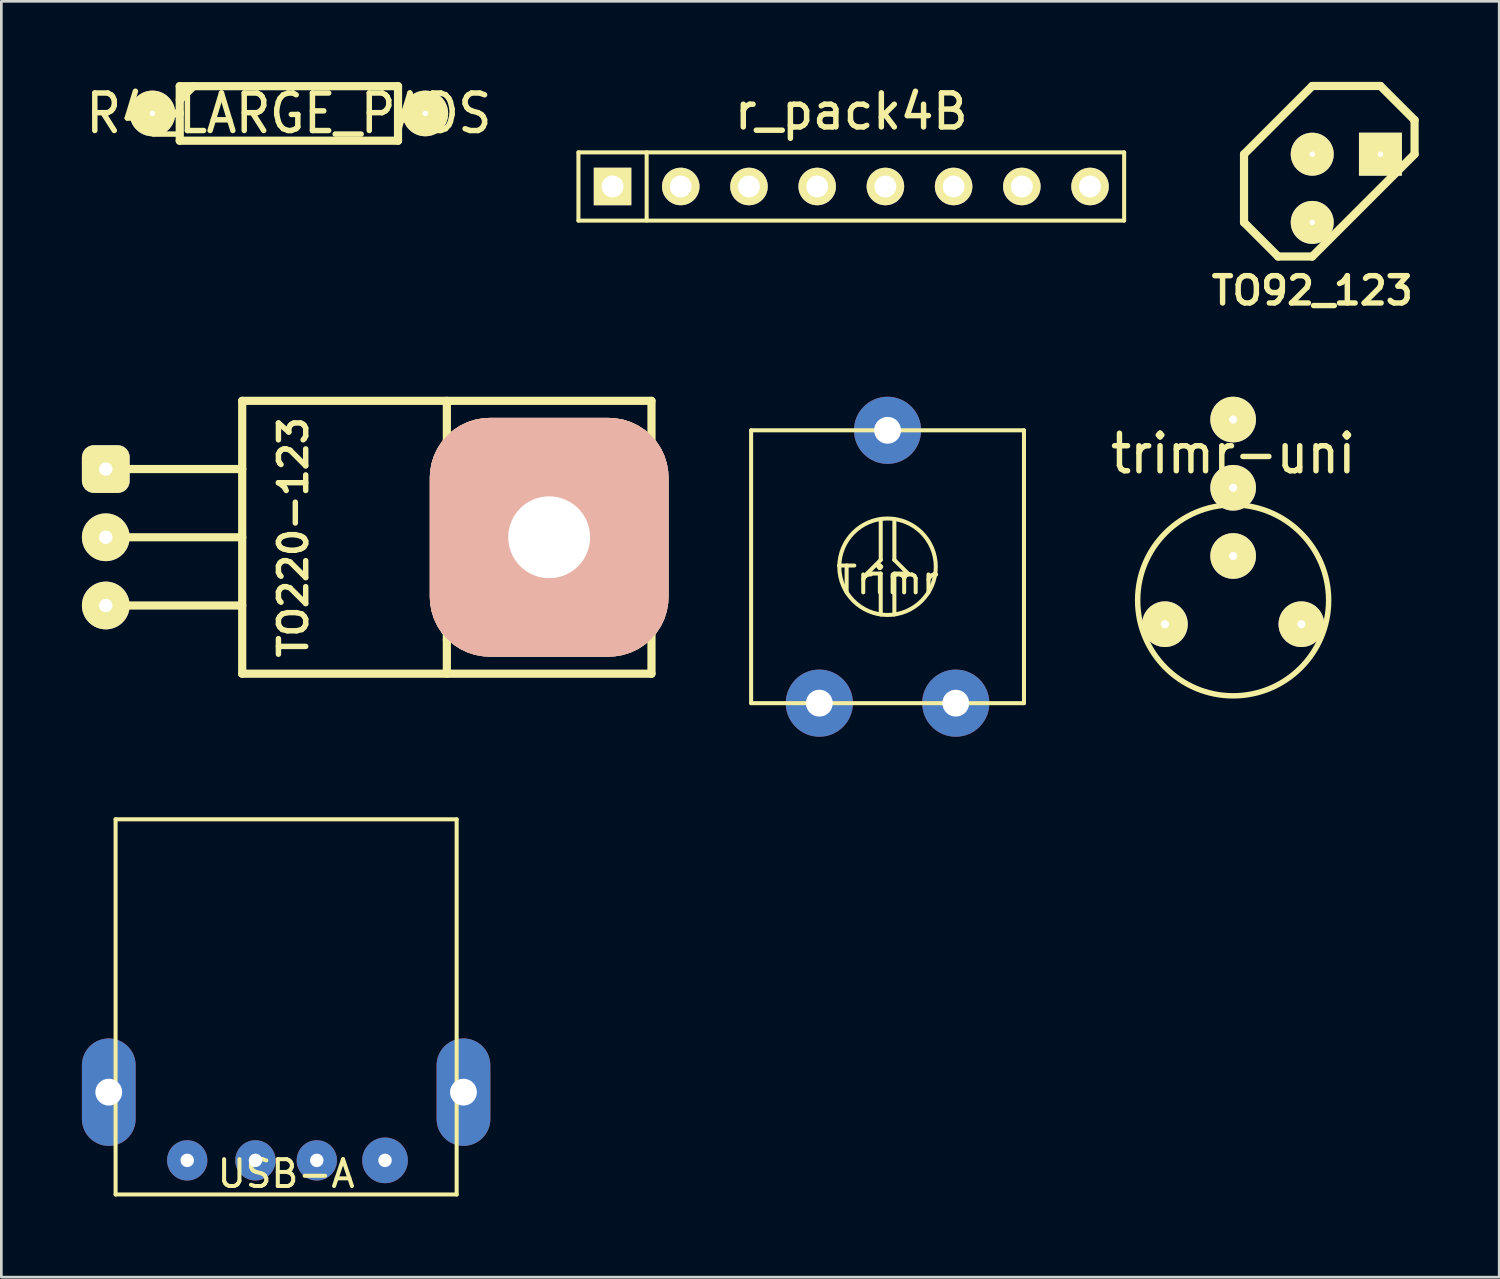
<source format=kicad_pcb>
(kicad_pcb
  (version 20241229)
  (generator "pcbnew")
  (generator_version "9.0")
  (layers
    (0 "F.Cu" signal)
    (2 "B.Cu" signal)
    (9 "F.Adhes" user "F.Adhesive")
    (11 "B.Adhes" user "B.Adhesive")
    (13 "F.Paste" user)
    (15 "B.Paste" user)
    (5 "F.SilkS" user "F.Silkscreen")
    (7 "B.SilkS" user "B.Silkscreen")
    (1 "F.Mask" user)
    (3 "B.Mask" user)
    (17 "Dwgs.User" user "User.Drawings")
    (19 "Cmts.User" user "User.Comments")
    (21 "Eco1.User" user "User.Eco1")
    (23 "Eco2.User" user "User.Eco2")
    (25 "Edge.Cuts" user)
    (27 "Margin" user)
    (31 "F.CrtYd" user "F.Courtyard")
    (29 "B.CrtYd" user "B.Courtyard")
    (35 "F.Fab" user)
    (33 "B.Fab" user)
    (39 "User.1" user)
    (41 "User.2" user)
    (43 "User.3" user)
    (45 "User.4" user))
  (footprint "trimr-uni"
    (layer "F.Cu")
    (at 42.868 18.923)
    (property "Reference" "trimr-uni" (at 0 -5.08 0) (layer "F.SilkS") (effects (font (size 1.397 1.27) (thickness 0.203))))
    (attr through_hole)
    (fp_circle (center 0 0.381) (end 0 -3.175) (stroke (width 0.203) (type solid)) (fill no) (layer "F.SilkS"))
    (pad "1" thru_hole circle (at -2.54 1.27) (size 1.7 1.7) (drill 0.3) (layers "*.Cu" "*.Mask" "F.SilkS"))
    (pad "2" thru_hole circle (at 0 -6.35) (size 1.7 1.7) (drill 0.3) (layers "*.Cu" "*.Mask" "F.SilkS"))
    (pad "2" thru_hole circle (at 0 -3.81) (size 1.7 1.7) (drill 0.3) (layers "*.Cu" "*.Mask" "F.SilkS"))
    (pad "2" thru_hole circle (at 0 -1.27) (size 1.7 1.7) (drill 0.3) (layers "*.Cu" "*.Mask" "F.SilkS"))
    (pad "3" thru_hole circle (at 2.54 1.27) (size 1.7 1.7) (drill 0.3) (layers "*.Cu" "*.Mask" "F.SilkS")))
  (footprint "Trimr"
    (layer "F.Cu")
    (at 29.999 18.053)
    (property "Reference" "Trimr" (at 0 0.5 0) (layer "F.SilkS") (effects (font (size 1 1) (thickness 0.15))))
    (attr through_hole)
    (fp_line (start -5.08 -5.08) (end 5.08 -5.08) (stroke (width 0.15) (type solid)) (layer "F.SilkS"))
    (fp_line (start -5.08 5.08) (end -5.08 -5.08) (stroke (width 0.15) (type solid)) (layer "F.SilkS"))
    (fp_line (start -0.762 0.254) (end -0.254 -0.254) (stroke (width 0.15) (type solid)) (layer "F.SilkS"))
    (fp_line (start -0.254 -0.254) (end -0.254 -1.778) (stroke (width 0.15) (type solid)) (layer "F.SilkS"))
    (fp_line (start -0.254 0.254) (end -0.762 0.254) (stroke (width 0.15) (type solid)) (layer "F.SilkS"))
    (fp_line (start -0.254 1.778) (end -0.254 0.254) (stroke (width 0.15) (type solid)) (layer "F.SilkS"))
    (fp_line (start 0.254 -0.254) (end 0.254 -1.778) (stroke (width 0.15) (type solid)) (layer "F.SilkS"))
    (fp_line (start 0.254 0.254) (end 0.762 0.254) (stroke (width 0.15) (type solid)) (layer "F.SilkS"))
    (fp_line (start 0.254 1.778) (end 0.254 0.254) (stroke (width 0.15) (type solid)) (layer "F.SilkS"))
    (fp_line (start 0.762 0.254) (end 0.254 -0.254) (stroke (width 0.15) (type solid)) (layer "F.SilkS"))
    (fp_line (start 5.08 -5.08) (end 5.08 5.08) (stroke (width 0.15) (type solid)) (layer "F.SilkS"))
    (fp_line (start 5.08 5.08) (end -5.08 5.08) (stroke (width 0.15) (type solid)) (layer "F.SilkS"))
    (fp_circle (center 0 0) (end 1.27 1.27) (stroke (width 0.15) (type solid)) (fill no) (layer "F.SilkS"))
    (pad "1" thru_hole circle (at -2.54 5.08) (size 2.5 2.5) (drill 1) (layers "*.Cu" "*.Mask"))
    (pad "2" thru_hole circle (at 0 -5.08) (size 2.5 2.5) (drill 1) (layers "*.Cu" "*.Mask"))
    (pad "3" thru_hole circle (at 2.54 5.08) (size 2.5 2.5) (drill 1) (layers "*.Cu" "*.Mask")))
  (footprint "TO220-123"
    (layer "F.Cu")
    (at 0.889 16.956)
    (property "Reference" "TO220-123" (at 6.985 0 90) (layer "F.SilkS") (effects (font (size 1.016 1.016) (thickness 0.203))))
    (attr through_hole)
    (fp_line (start 0 -2.54) (end 5.08 -2.54) (stroke (width 0.305) (type solid)) (layer "F.SilkS"))
    (fp_line (start 0 0) (end 5.08 0) (stroke (width 0.305) (type solid)) (layer "F.SilkS"))
    (fp_line (start 0 2.54) (end 5.08 2.54) (stroke (width 0.305) (type solid)) (layer "F.SilkS"))
    (fp_line (start 5.08 -5.08) (end 5.08 5.08) (stroke (width 0.305) (type solid)) (layer "F.SilkS"))
    (fp_line (start 5.08 5.08) (end 20.32 5.08) (stroke (width 0.305) (type solid)) (layer "F.SilkS"))
    (fp_line (start 12.7 3.81) (end 12.7 -5.08) (stroke (width 0.305) (type solid)) (layer "F.SilkS"))
    (fp_line (start 12.7 3.81) (end 12.7 5.08) (stroke (width 0.305) (type solid)) (layer "F.SilkS"))
    (fp_line (start 20.32 -5.08) (end 5.08 -5.08) (stroke (width 0.305) (type solid)) (layer "F.SilkS"))
    (fp_line (start 20.32 5.08) (end 20.32 -5.08) (stroke (width 0.305) (type solid)) (layer "F.SilkS"))
    (pad "1" thru_hole roundrect (at 0 -2.54) (size 1.778 1.778) (drill 0.5) (layers "*.Cu" "*.Mask" "F.SilkS") (roundrect_rratio 0.25))
    (pad "2" thru_hole circle (at 0 0) (size 1.778 1.778) (drill 0.5) (layers "*.Cu" "*.Mask" "F.SilkS"))
    (pad "3" thru_hole circle (at 0 2.54) (size 1.778 1.778) (drill 0.5) (layers "*.Cu" "*.Mask" "F.SilkS"))
    (pad "4" thru_hole roundrect (at 16.51 0) (size 8.89 8.89) (drill 3.048) (layers "*.Cu" "*.SilkS" "*.Mask") (roundrect_rratio 0.25)))
  (footprint "r_pack4B"
    (layer "F.Cu")
    (at 29.919 3.894)
    (property "Reference" "r_pack4B" (at -1.27 -2.794 0) (layer "F.SilkS") (effects (font (size 1.27 1.27) (thickness 0.203))))
    (attr through_hole)
    (fp_line (start -11.43 -1.27) (end 8.89 -1.27) (stroke (width 0.15) (type solid)) (layer "F.SilkS"))
    (fp_line (start -11.43 1.27) (end -11.43 -1.27) (stroke (width 0.15) (type solid)) (layer "F.SilkS"))
    (fp_line (start -8.89 -1.27) (end -8.89 1.27) (stroke (width 0.15) (type solid)) (layer "F.SilkS"))
    (fp_line (start 8.89 -1.27) (end 8.89 1.27) (stroke (width 0.15) (type solid)) (layer "F.SilkS"))
    (fp_line (start 8.89 1.27) (end -11.43 1.27) (stroke (width 0.15) (type solid)) (layer "F.SilkS"))
    (pad "1" thru_hole rect (at -10.16 0) (size 1.397 1.397) (drill 0.813) (layers "*.Cu" "*.Mask" "F.SilkS"))
    (pad "2" thru_hole circle (at -7.62 0) (size 1.397 1.397) (drill 0.813) (layers "*.Cu" "*.Mask" "F.SilkS"))
    (pad "3" thru_hole circle (at -5.08 0) (size 1.397 1.397) (drill 0.813) (layers "*.Cu" "*.Mask" "F.SilkS"))
    (pad "4" thru_hole circle (at -2.54 0) (size 1.397 1.397) (drill 0.813) (layers "*.Cu" "*.Mask" "F.SilkS"))
    (pad "5" thru_hole circle (at 0 0) (size 1.397 1.397) (drill 0.813) (layers "*.Cu" "*.Mask" "F.SilkS"))
    (pad "6" thru_hole circle (at 2.54 0) (size 1.397 1.397) (drill 0.813) (layers "*.Cu" "*.Mask" "F.SilkS"))
    (pad "7" thru_hole circle (at 5.08 0) (size 1.397 1.397) (drill 0.813) (layers "*.Cu" "*.Mask" "F.SilkS"))
    (pad "8" thru_hole circle (at 7.62 0) (size 1.397 1.397) (drill 0.813) (layers "*.Cu" "*.Mask" "F.SilkS")))
  (footprint "R4_LARGE_PADS"
    (layer "F.Cu")
    (at 7.707 1.174)
    (property "Reference" "R4_LARGE_PADS" (at 0 0 0) (layer "F.SilkS") (effects (font (size 1.397 1.27) (thickness 0.203))))
    (attr through_hole)
    (fp_line (start -5.08 0) (end -4.064 0) (stroke (width 0.305) (type solid)) (layer "F.SilkS"))
    (fp_line (start -4.064 -1.016) (end 4.064 -1.016) (stroke (width 0.305) (type solid)) (layer "F.SilkS"))
    (fp_line (start -4.064 -0.508) (end -3.556 -1.016) (stroke (width 0.305) (type solid)) (layer "F.SilkS"))
    (fp_line (start -4.064 0) (end -4.064 -1.016) (stroke (width 0.305) (type solid)) (layer "F.SilkS"))
    (fp_line (start -4.064 1.016) (end -4.064 0) (stroke (width 0.305) (type solid)) (layer "F.SilkS"))
    (fp_line (start 4.064 -1.016) (end 4.064 1.016) (stroke (width 0.305) (type solid)) (layer "F.SilkS"))
    (fp_line (start 4.064 1.016) (end -4.064 1.016) (stroke (width 0.305) (type solid)) (layer "F.SilkS"))
    (fp_line (start 5.08 0) (end 4.064 0) (stroke (width 0.305) (type solid)) (layer "F.SilkS"))
    (pad "1" thru_hole circle (at -5.08 0) (size 1.7 1.7) (drill 0.2) (layers "*.Cu" "*.Mask" "F.SilkS"))
    (pad "2" thru_hole circle (at 5.08 0) (size 1.7 1.7) (drill 0.2) (layers "*.Cu" "*.Mask" "F.SilkS")))
  (footprint "USB-A"
    (layer "F.Cu")
    (at 7.604 40.158)
    (property "Reference" "USB-A" (at 0 0.5 0) (layer "F.SilkS") (effects (font (size 1 1) (thickness 0.15))))
    (attr through_hole)
    (fp_line (start -6.35 -12.7) (end -6.35 1.27) (stroke (width 0.15) (type solid)) (layer "F.SilkS"))
    (fp_line (start -6.35 1.27) (end 6.35 1.27) (stroke (width 0.15) (type solid)) (layer "F.SilkS"))
    (fp_line (start 6.35 -12.7) (end -6.35 -12.7) (stroke (width 0.15) (type solid)) (layer "F.SilkS"))
    (fp_line (start 6.35 1.27) (end 6.35 -12.7) (stroke (width 0.15) (type solid)) (layer "F.SilkS"))
    (pad "1" thru_hole circle (at 3.683 0) (size 1.7 1.7) (drill 0.5) (layers "*.Cu" "*.Mask"))
    (pad "2" thru_hole circle (at 1.143 0) (size 1.5 1.5) (drill 0.5) (layers "*.Cu" "*.Mask"))
    (pad "3" thru_hole circle (at -1.143 0) (size 1.5 1.5) (drill 0.5) (layers "*.Cu" "*.Mask"))
    (pad "4" thru_hole circle (at -3.683 0) (size 1.5 1.5) (drill 0.5) (layers "*.Cu" "*.Mask"))
    (pad "5" thru_hole oval (at -6.604 -2.54) (size 2 4) (drill 1) (layers "*.Cu" "*.Mask"))
    (pad "5" thru_hole oval (at 6.604 -2.54) (size 2 4) (drill 1) (layers "*.Cu" "*.Mask")))
  (footprint "TO92_123"
    (layer "F.Cu")
    (at 47.083 3.962)
    (property "Reference" "TO92_123" (at -1.27 3.81 0) (layer "F.SilkS") (effects (font (size 1.016 1.016) (thickness 0.203))))
    (attr through_hole)
    (fp_line (start -3.81 -1.27) (end -3.81 1.27) (stroke (width 0.305) (type solid)) (layer "F.SilkS"))
    (fp_line (start -3.81 1.27) (end -2.54 2.54) (stroke (width 0.305) (type solid)) (layer "F.SilkS"))
    (fp_line (start -2.54 2.54) (end -1.27 2.54) (stroke (width 0.305) (type solid)) (layer "F.SilkS"))
    (fp_line (start -1.27 -3.81) (end -3.81 -1.27) (stroke (width 0.305) (type solid)) (layer "F.SilkS"))
    (fp_line (start -1.27 2.54) (end 2.54 -1.27) (stroke (width 0.305) (type solid)) (layer "F.SilkS"))
    (fp_line (start 1.27 -3.81) (end -1.27 -3.81) (stroke (width 0.305) (type solid)) (layer "F.SilkS"))
    (fp_line (start 2.54 -2.54) (end 1.27 -3.81) (stroke (width 0.305) (type solid)) (layer "F.SilkS"))
    (fp_line (start 2.54 -1.27) (end 2.54 -2.54) (stroke (width 0.305) (type solid)) (layer "F.SilkS"))
    (pad "1" thru_hole circle (at -1.27 1.27) (size 1.6 1.6) (drill 0.2) (layers "*.Cu" "*.Mask" "F.SilkS"))
    (pad "2" thru_hole circle (at -1.27 -1.27) (size 1.6 1.6) (drill 0.2) (layers "*.Cu" "*.Mask" "F.SilkS"))
    (pad "3" thru_hole rect (at 1.27 -1.27) (size 1.6 1.6) (drill 0.2) (layers "*.Cu" "*.Mask" "F.SilkS")))
  (gr_rect
    (start -3 -3)
    (end 52.775 44.507)
    (stroke (width 0.1) (type default))
    (fill no)
    (layer "Edge.Cuts")))
</source>
